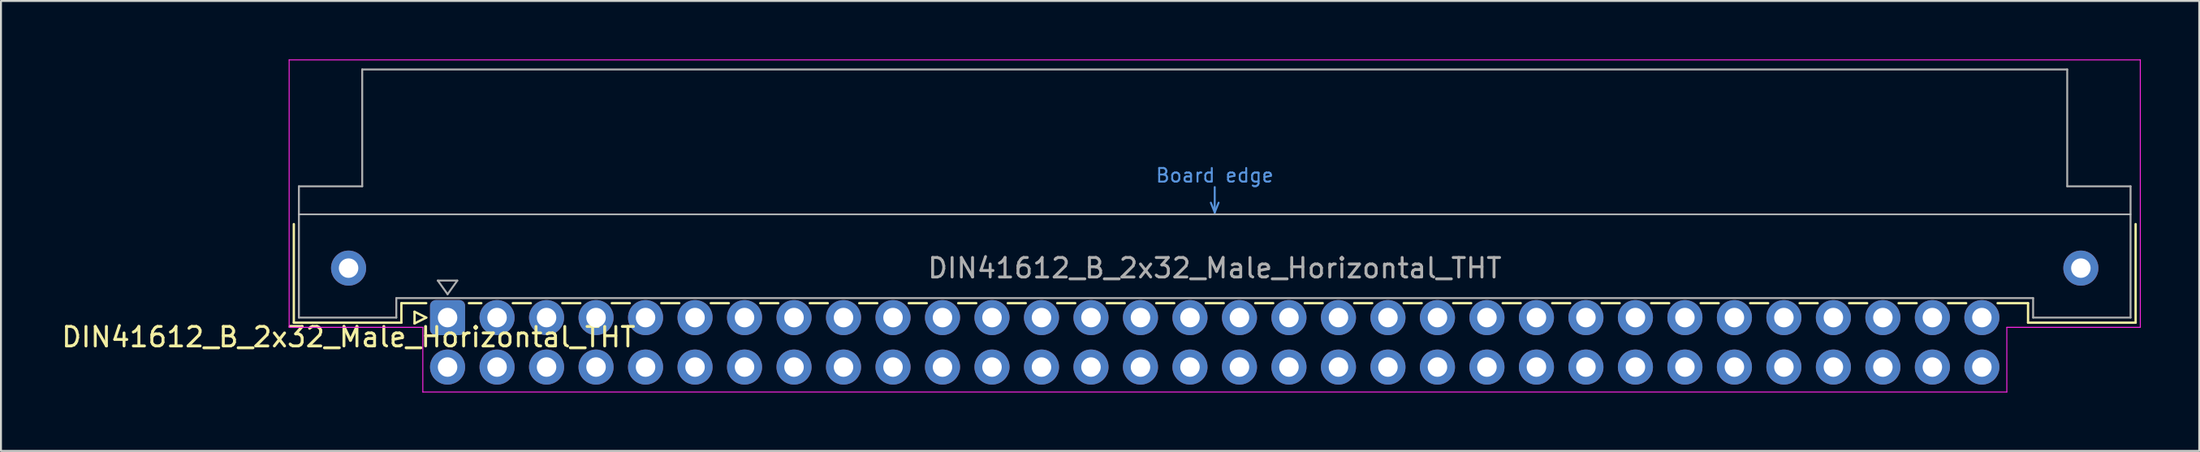
<source format=kicad_pcb>
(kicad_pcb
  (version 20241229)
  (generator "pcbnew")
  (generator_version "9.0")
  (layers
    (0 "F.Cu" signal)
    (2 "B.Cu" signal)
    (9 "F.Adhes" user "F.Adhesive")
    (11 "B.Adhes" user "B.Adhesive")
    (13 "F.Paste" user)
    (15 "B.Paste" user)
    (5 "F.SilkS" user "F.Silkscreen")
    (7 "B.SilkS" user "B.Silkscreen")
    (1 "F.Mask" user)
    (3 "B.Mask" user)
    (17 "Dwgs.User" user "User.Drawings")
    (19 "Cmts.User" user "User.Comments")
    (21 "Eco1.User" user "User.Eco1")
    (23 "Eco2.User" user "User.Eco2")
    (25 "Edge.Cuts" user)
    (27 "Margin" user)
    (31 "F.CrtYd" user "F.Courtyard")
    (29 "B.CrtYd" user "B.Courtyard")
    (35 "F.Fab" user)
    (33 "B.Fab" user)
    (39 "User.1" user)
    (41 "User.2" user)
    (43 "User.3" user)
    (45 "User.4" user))
  (footprint "DIN41612_B_2x32_Male_Horizontal_THT"
    (layer "F.Cu")
    (at 19.919 13.255)
    (property "Reference" "DIN41612_B_2x32_Male_Horizontal_THT" (at -5.08 1 0) (layer "F.SilkS") (effects (font (size 1 1) (thickness 0.15))))
    (attr through_hole)
    (fp_line (start -7.89 -4.8) (end -7.89 0.26) (stroke (width 0.12) (type solid)) (layer "F.SilkS"))
    (fp_line (start -7.89 0.26) (end -2.37 0.26) (stroke (width 0.12) (type solid)) (layer "F.SilkS"))
    (fp_line (start -2.37 -0.74) (end -1.095 -0.74) (stroke (width 0.12) (type solid)) (layer "F.SilkS"))
    (fp_line (start -2.37 0.26) (end -2.37 -0.74) (stroke (width 0.12) (type solid)) (layer "F.SilkS"))
    (fp_line (start -1.695 -0.3) (end -1.695 0.3) (stroke (width 0.12) (type solid)) (layer "F.SilkS"))
    (fp_line (start -1.695 0.3) (end -1.095 0) (stroke (width 0.12) (type solid)) (layer "F.SilkS"))
    (fp_line (start -1.095 0) (end -1.695 -0.3) (stroke (width 0.12) (type solid)) (layer "F.SilkS"))
    (fp_line (start 1.095 -0.74) (end 1.733 -0.74) (stroke (width 0.12) (type solid)) (layer "F.SilkS"))
    (fp_line (start 3.347 -0.74) (end 4.273 -0.74) (stroke (width 0.12) (type solid)) (layer "F.SilkS"))
    (fp_line (start 5.887 -0.74) (end 6.813 -0.74) (stroke (width 0.12) (type solid)) (layer "F.SilkS"))
    (fp_line (start 8.427 -0.74) (end 9.353 -0.74) (stroke (width 0.12) (type solid)) (layer "F.SilkS"))
    (fp_line (start 10.967 -0.74) (end 11.893 -0.74) (stroke (width 0.12) (type solid)) (layer "F.SilkS"))
    (fp_line (start 13.507 -0.74) (end 14.433 -0.74) (stroke (width 0.12) (type solid)) (layer "F.SilkS"))
    (fp_line (start 16.047 -0.74) (end 16.973 -0.74) (stroke (width 0.12) (type solid)) (layer "F.SilkS"))
    (fp_line (start 18.587 -0.74) (end 19.513 -0.74) (stroke (width 0.12) (type solid)) (layer "F.SilkS"))
    (fp_line (start 21.127 -0.74) (end 22.053 -0.74) (stroke (width 0.12) (type solid)) (layer "F.SilkS"))
    (fp_line (start 23.667 -0.74) (end 24.593 -0.74) (stroke (width 0.12) (type solid)) (layer "F.SilkS"))
    (fp_line (start 26.207 -0.74) (end 27.133 -0.74) (stroke (width 0.12) (type solid)) (layer "F.SilkS"))
    (fp_line (start 28.747 -0.74) (end 29.673 -0.74) (stroke (width 0.12) (type solid)) (layer "F.SilkS"))
    (fp_line (start 31.287 -0.74) (end 32.213 -0.74) (stroke (width 0.12) (type solid)) (layer "F.SilkS"))
    (fp_line (start 33.827 -0.74) (end 34.753 -0.74) (stroke (width 0.12) (type solid)) (layer "F.SilkS"))
    (fp_line (start 36.367 -0.74) (end 37.293 -0.74) (stroke (width 0.12) (type solid)) (layer "F.SilkS"))
    (fp_line (start 38.907 -0.74) (end 39.833 -0.74) (stroke (width 0.12) (type solid)) (layer "F.SilkS"))
    (fp_line (start 41.447 -0.74) (end 42.373 -0.74) (stroke (width 0.12) (type solid)) (layer "F.SilkS"))
    (fp_line (start 43.987 -0.74) (end 44.913 -0.74) (stroke (width 0.12) (type solid)) (layer "F.SilkS"))
    (fp_line (start 46.527 -0.74) (end 47.453 -0.74) (stroke (width 0.12) (type solid)) (layer "F.SilkS"))
    (fp_line (start 49.067 -0.74) (end 49.993 -0.74) (stroke (width 0.12) (type solid)) (layer "F.SilkS"))
    (fp_line (start 51.607 -0.74) (end 52.533 -0.74) (stroke (width 0.12) (type solid)) (layer "F.SilkS"))
    (fp_line (start 54.147 -0.74) (end 55.073 -0.74) (stroke (width 0.12) (type solid)) (layer "F.SilkS"))
    (fp_line (start 56.687 -0.74) (end 57.613 -0.74) (stroke (width 0.12) (type solid)) (layer "F.SilkS"))
    (fp_line (start 59.227 -0.74) (end 60.153 -0.74) (stroke (width 0.12) (type solid)) (layer "F.SilkS"))
    (fp_line (start 61.767 -0.74) (end 62.693 -0.74) (stroke (width 0.12) (type solid)) (layer "F.SilkS"))
    (fp_line (start 64.307 -0.74) (end 65.233 -0.74) (stroke (width 0.12) (type solid)) (layer "F.SilkS"))
    (fp_line (start 66.847 -0.74) (end 67.773 -0.74) (stroke (width 0.12) (type solid)) (layer "F.SilkS"))
    (fp_line (start 69.387 -0.74) (end 70.313 -0.74) (stroke (width 0.12) (type solid)) (layer "F.SilkS"))
    (fp_line (start 71.927 -0.74) (end 72.853 -0.74) (stroke (width 0.12) (type solid)) (layer "F.SilkS"))
    (fp_line (start 74.467 -0.74) (end 75.393 -0.74) (stroke (width 0.12) (type solid)) (layer "F.SilkS"))
    (fp_line (start 77.007 -0.74) (end 77.933 -0.74) (stroke (width 0.12) (type solid)) (layer "F.SilkS"))
    (fp_line (start 79.547 -0.74) (end 81.11 -0.74) (stroke (width 0.12) (type solid)) (layer "F.SilkS"))
    (fp_line (start 81.11 0.26) (end 81.11 -0.74) (stroke (width 0.12) (type solid)) (layer "F.SilkS"))
    (fp_line (start 86.63 -4.8) (end 86.63 0.26) (stroke (width 0.12) (type solid)) (layer "F.SilkS"))
    (fp_line (start 86.63 0.26) (end 81.11 0.26) (stroke (width 0.12) (type solid)) (layer "F.SilkS"))
    (fp_line (start -7.63 -5.3) (end 86.37 -5.3) (stroke (width 0.08) (type solid)) (layer "Dwgs.User"))
    (fp_line (start 39.17 -5.9) (end 39.37 -5.4) (stroke (width 0.1) (type solid)) (layer "Cmts.User"))
    (fp_line (start 39.37 -5.4) (end 39.37 -6.7) (stroke (width 0.1) (type solid)) (layer "Cmts.User"))
    (fp_line (start 39.37 -5.4) (end 39.57 -5.9) (stroke (width 0.1) (type solid)) (layer "Cmts.User"))
    (fp_line (start -8.13 -13.23) (end -8.13 0.5) (stroke (width 0.05) (type solid)) (layer "F.CrtYd"))
    (fp_line (start -8.13 0.5) (end -1.27 0.5) (stroke (width 0.05) (type solid)) (layer "F.CrtYd"))
    (fp_line (start -1.27 0.5) (end -1.27 3.82) (stroke (width 0.05) (type solid)) (layer "F.CrtYd"))
    (fp_line (start -1.27 3.82) (end 80.02 3.82) (stroke (width 0.05) (type solid)) (layer "F.CrtYd"))
    (fp_line (start 80.02 0.5) (end 86.87 0.5) (stroke (width 0.05) (type solid)) (layer "F.CrtYd"))
    (fp_line (start 80.02 3.82) (end 80.02 0.5) (stroke (width 0.05) (type solid)) (layer "F.CrtYd"))
    (fp_line (start 86.87 -13.23) (end -8.13 -13.23) (stroke (width 0.05) (type solid)) (layer "F.CrtYd"))
    (fp_line (start 86.87 0.5) (end 86.87 -13.23) (stroke (width 0.05) (type solid)) (layer "F.CrtYd"))
    (fp_line (start -7.63 -6.74) (end -7.63 0) (stroke (width 0.1) (type solid)) (layer "F.Fab"))
    (fp_line (start -7.63 0) (end -2.63 0) (stroke (width 0.1) (type solid)) (layer "F.Fab"))
    (fp_line (start -4.38 -12.74) (end -4.38 -6.74) (stroke (width 0.1) (type solid)) (layer "F.Fab"))
    (fp_line (start -4.38 -6.74) (end -7.63 -6.74) (stroke (width 0.1) (type solid)) (layer "F.Fab"))
    (fp_line (start -2.63 -1) (end 81.37 -1) (stroke (width 0.1) (type solid)) (layer "F.Fab"))
    (fp_line (start -2.63 0) (end -2.63 -1) (stroke (width 0.1) (type solid)) (layer "F.Fab"))
    (fp_line (start -0.5 -1.9) (end 0.5 -1.9) (stroke (width 0.1) (type solid)) (layer "F.Fab"))
    (fp_line (start 0 -1.2) (end -0.5 -1.9) (stroke (width 0.1) (type solid)) (layer "F.Fab"))
    (fp_line (start 0.5 -1.9) (end 0 -1.2) (stroke (width 0.1) (type solid)) (layer "F.Fab"))
    (fp_line (start 81.37 -1) (end 81.37 0) (stroke (width 0.1) (type solid)) (layer "F.Fab"))
    (fp_line (start 81.37 0) (end 86.37 0) (stroke (width 0.1) (type solid)) (layer "F.Fab"))
    (fp_line (start 83.12 -12.74) (end -4.38 -12.74) (stroke (width 0.1) (type solid)) (layer "F.Fab"))
    (fp_line (start 83.12 -6.74) (end 83.12 -12.74) (stroke (width 0.1) (type solid)) (layer "F.Fab"))
    (fp_line (start 86.37 -6.74) (end 83.12 -6.74) (stroke (width 0.1) (type solid)) (layer "F.Fab"))
    (fp_line (start 86.37 0) (end 86.37 -6.74) (stroke (width 0.1) (type solid)) (layer "F.Fab"))
    (fp_text user "Board edge" (at 39.37 -7.3 0) (layer "Cmts.User") (effects (font (size 0.7 0.7) (thickness 0.1))))
    (fp_text user "${REFERENCE}" (at 39.37 -2.54 0) (layer "F.Fab") (effects (font (size 1 1) (thickness 0.15))))
    (pad "" thru_hole circle (at -5.08 -2.54) (size 1.8 1.8) (drill 1) (layers "*.Cu" "*.Mask"))
    (pad "" thru_hole circle (at 83.82 -2.54) (size 1.8 1.8) (drill 1) (layers "*.Cu" "*.Mask"))
    (pad "a1" thru_hole roundrect (at 0 0) (size 1.8 1.8) (drill 1) (layers "*.Cu" "*.Mask") (roundrect_rratio 0.161))
    (pad "a2" thru_hole circle (at 2.54 0) (size 1.8 1.8) (drill 1) (layers "*.Cu" "*.Mask"))
    (pad "a3" thru_hole circle (at 5.08 0) (size 1.8 1.8) (drill 1) (layers "*.Cu" "*.Mask"))
    (pad "a4" thru_hole circle (at 7.62 0) (size 1.8 1.8) (drill 1) (layers "*.Cu" "*.Mask"))
    (pad "a5" thru_hole circle (at 10.16 0) (size 1.8 1.8) (drill 1) (layers "*.Cu" "*.Mask"))
    (pad "a6" thru_hole circle (at 12.7 0) (size 1.8 1.8) (drill 1) (layers "*.Cu" "*.Mask"))
    (pad "a7" thru_hole circle (at 15.24 0) (size 1.8 1.8) (drill 1) (layers "*.Cu" "*.Mask"))
    (pad "a8" thru_hole circle (at 17.78 0) (size 1.8 1.8) (drill 1) (layers "*.Cu" "*.Mask"))
    (pad "a9" thru_hole circle (at 20.32 0) (size 1.8 1.8) (drill 1) (layers "*.Cu" "*.Mask"))
    (pad "a10" thru_hole circle (at 22.86 0) (size 1.8 1.8) (drill 1) (layers "*.Cu" "*.Mask"))
    (pad "a11" thru_hole circle (at 25.4 0) (size 1.8 1.8) (drill 1) (layers "*.Cu" "*.Mask"))
    (pad "a12" thru_hole circle (at 27.94 0) (size 1.8 1.8) (drill 1) (layers "*.Cu" "*.Mask"))
    (pad "a13" thru_hole circle (at 30.48 0) (size 1.8 1.8) (drill 1) (layers "*.Cu" "*.Mask"))
    (pad "a14" thru_hole circle (at 33.02 0) (size 1.8 1.8) (drill 1) (layers "*.Cu" "*.Mask"))
    (pad "a15" thru_hole circle (at 35.56 0) (size 1.8 1.8) (drill 1) (layers "*.Cu" "*.Mask"))
    (pad "a16" thru_hole circle (at 38.1 0) (size 1.8 1.8) (drill 1) (layers "*.Cu" "*.Mask"))
    (pad "a17" thru_hole circle (at 40.64 0) (size 1.8 1.8) (drill 1) (layers "*.Cu" "*.Mask"))
    (pad "a18" thru_hole circle (at 43.18 0) (size 1.8 1.8) (drill 1) (layers "*.Cu" "*.Mask"))
    (pad "a19" thru_hole circle (at 45.72 0) (size 1.8 1.8) (drill 1) (layers "*.Cu" "*.Mask"))
    (pad "a20" thru_hole circle (at 48.26 0) (size 1.8 1.8) (drill 1) (layers "*.Cu" "*.Mask"))
    (pad "a21" thru_hole circle (at 50.8 0) (size 1.8 1.8) (drill 1) (layers "*.Cu" "*.Mask"))
    (pad "a22" thru_hole circle (at 53.34 0) (size 1.8 1.8) (drill 1) (layers "*.Cu" "*.Mask"))
    (pad "a23" thru_hole circle (at 55.88 0) (size 1.8 1.8) (drill 1) (layers "*.Cu" "*.Mask"))
    (pad "a24" thru_hole circle (at 58.42 0) (size 1.8 1.8) (drill 1) (layers "*.Cu" "*.Mask"))
    (pad "a25" thru_hole circle (at 60.96 0) (size 1.8 1.8) (drill 1) (layers "*.Cu" "*.Mask"))
    (pad "a26" thru_hole circle (at 63.5 0) (size 1.8 1.8) (drill 1) (layers "*.Cu" "*.Mask"))
    (pad "a27" thru_hole circle (at 66.04 0) (size 1.8 1.8) (drill 1) (layers "*.Cu" "*.Mask"))
    (pad "a28" thru_hole circle (at 68.58 0) (size 1.8 1.8) (drill 1) (layers "*.Cu" "*.Mask"))
    (pad "a29" thru_hole circle (at 71.12 0) (size 1.8 1.8) (drill 1) (layers "*.Cu" "*.Mask"))
    (pad "a30" thru_hole circle (at 73.66 0) (size 1.8 1.8) (drill 1) (layers "*.Cu" "*.Mask"))
    (pad "a31" thru_hole circle (at 76.2 0) (size 1.8 1.8) (drill 1) (layers "*.Cu" "*.Mask"))
    (pad "a32" thru_hole circle (at 78.74 0) (size 1.8 1.8) (drill 1) (layers "*.Cu" "*.Mask"))
    (pad "b1" thru_hole circle (at 0 2.54) (size 1.8 1.8) (drill 1) (layers "*.Cu" "*.Mask"))
    (pad "b2" thru_hole circle (at 2.54 2.54) (size 1.8 1.8) (drill 1) (layers "*.Cu" "*.Mask"))
    (pad "b3" thru_hole circle (at 5.08 2.54) (size 1.8 1.8) (drill 1) (layers "*.Cu" "*.Mask"))
    (pad "b4" thru_hole circle (at 7.62 2.54) (size 1.8 1.8) (drill 1) (layers "*.Cu" "*.Mask"))
    (pad "b5" thru_hole circle (at 10.16 2.54) (size 1.8 1.8) (drill 1) (layers "*.Cu" "*.Mask"))
    (pad "b6" thru_hole circle (at 12.7 2.54) (size 1.8 1.8) (drill 1) (layers "*.Cu" "*.Mask"))
    (pad "b7" thru_hole circle (at 15.24 2.54) (size 1.8 1.8) (drill 1) (layers "*.Cu" "*.Mask"))
    (pad "b8" thru_hole circle (at 17.78 2.54) (size 1.8 1.8) (drill 1) (layers "*.Cu" "*.Mask"))
    (pad "b9" thru_hole circle (at 20.32 2.54) (size 1.8 1.8) (drill 1) (layers "*.Cu" "*.Mask"))
    (pad "b10" thru_hole circle (at 22.86 2.54) (size 1.8 1.8) (drill 1) (layers "*.Cu" "*.Mask"))
    (pad "b11" thru_hole circle (at 25.4 2.54) (size 1.8 1.8) (drill 1) (layers "*.Cu" "*.Mask"))
    (pad "b12" thru_hole circle (at 27.94 2.54) (size 1.8 1.8) (drill 1) (layers "*.Cu" "*.Mask"))
    (pad "b13" thru_hole circle (at 30.48 2.54) (size 1.8 1.8) (drill 1) (layers "*.Cu" "*.Mask"))
    (pad "b14" thru_hole circle (at 33.02 2.54) (size 1.8 1.8) (drill 1) (layers "*.Cu" "*.Mask"))
    (pad "b15" thru_hole circle (at 35.56 2.54) (size 1.8 1.8) (drill 1) (layers "*.Cu" "*.Mask"))
    (pad "b16" thru_hole circle (at 38.1 2.54) (size 1.8 1.8) (drill 1) (layers "*.Cu" "*.Mask"))
    (pad "b17" thru_hole circle (at 40.64 2.54) (size 1.8 1.8) (drill 1) (layers "*.Cu" "*.Mask"))
    (pad "b18" thru_hole circle (at 43.18 2.54) (size 1.8 1.8) (drill 1) (layers "*.Cu" "*.Mask"))
    (pad "b19" thru_hole circle (at 45.72 2.54) (size 1.8 1.8) (drill 1) (layers "*.Cu" "*.Mask"))
    (pad "b20" thru_hole circle (at 48.26 2.54) (size 1.8 1.8) (drill 1) (layers "*.Cu" "*.Mask"))
    (pad "b21" thru_hole circle (at 50.8 2.54) (size 1.8 1.8) (drill 1) (layers "*.Cu" "*.Mask"))
    (pad "b22" thru_hole circle (at 53.34 2.54) (size 1.8 1.8) (drill 1) (layers "*.Cu" "*.Mask"))
    (pad "b23" thru_hole circle (at 55.88 2.54) (size 1.8 1.8) (drill 1) (layers "*.Cu" "*.Mask"))
    (pad "b24" thru_hole circle (at 58.42 2.54) (size 1.8 1.8) (drill 1) (layers "*.Cu" "*.Mask"))
    (pad "b25" thru_hole circle (at 60.96 2.54) (size 1.8 1.8) (drill 1) (layers "*.Cu" "*.Mask"))
    (pad "b26" thru_hole circle (at 63.5 2.54) (size 1.8 1.8) (drill 1) (layers "*.Cu" "*.Mask"))
    (pad "b27" thru_hole circle (at 66.04 2.54) (size 1.8 1.8) (drill 1) (layers "*.Cu" "*.Mask"))
    (pad "b28" thru_hole circle (at 68.58 2.54) (size 1.8 1.8) (drill 1) (layers "*.Cu" "*.Mask"))
    (pad "b29" thru_hole circle (at 71.12 2.54) (size 1.8 1.8) (drill 1) (layers "*.Cu" "*.Mask"))
    (pad "b30" thru_hole circle (at 73.66 2.54) (size 1.8 1.8) (drill 1) (layers "*.Cu" "*.Mask"))
    (pad "b31" thru_hole circle (at 76.2 2.54) (size 1.8 1.8) (drill 1) (layers "*.Cu" "*.Mask"))
    (pad "b32" thru_hole circle (at 78.74 2.54) (size 1.8 1.8) (drill 1) (layers "*.Cu" "*.Mask")))
  (gr_rect
    (start -3 -3)
    (end 109.814 20.1)
    (stroke (width 0.1) (type default))
    (fill no)
    (layer "Edge.Cuts")))
</source>
